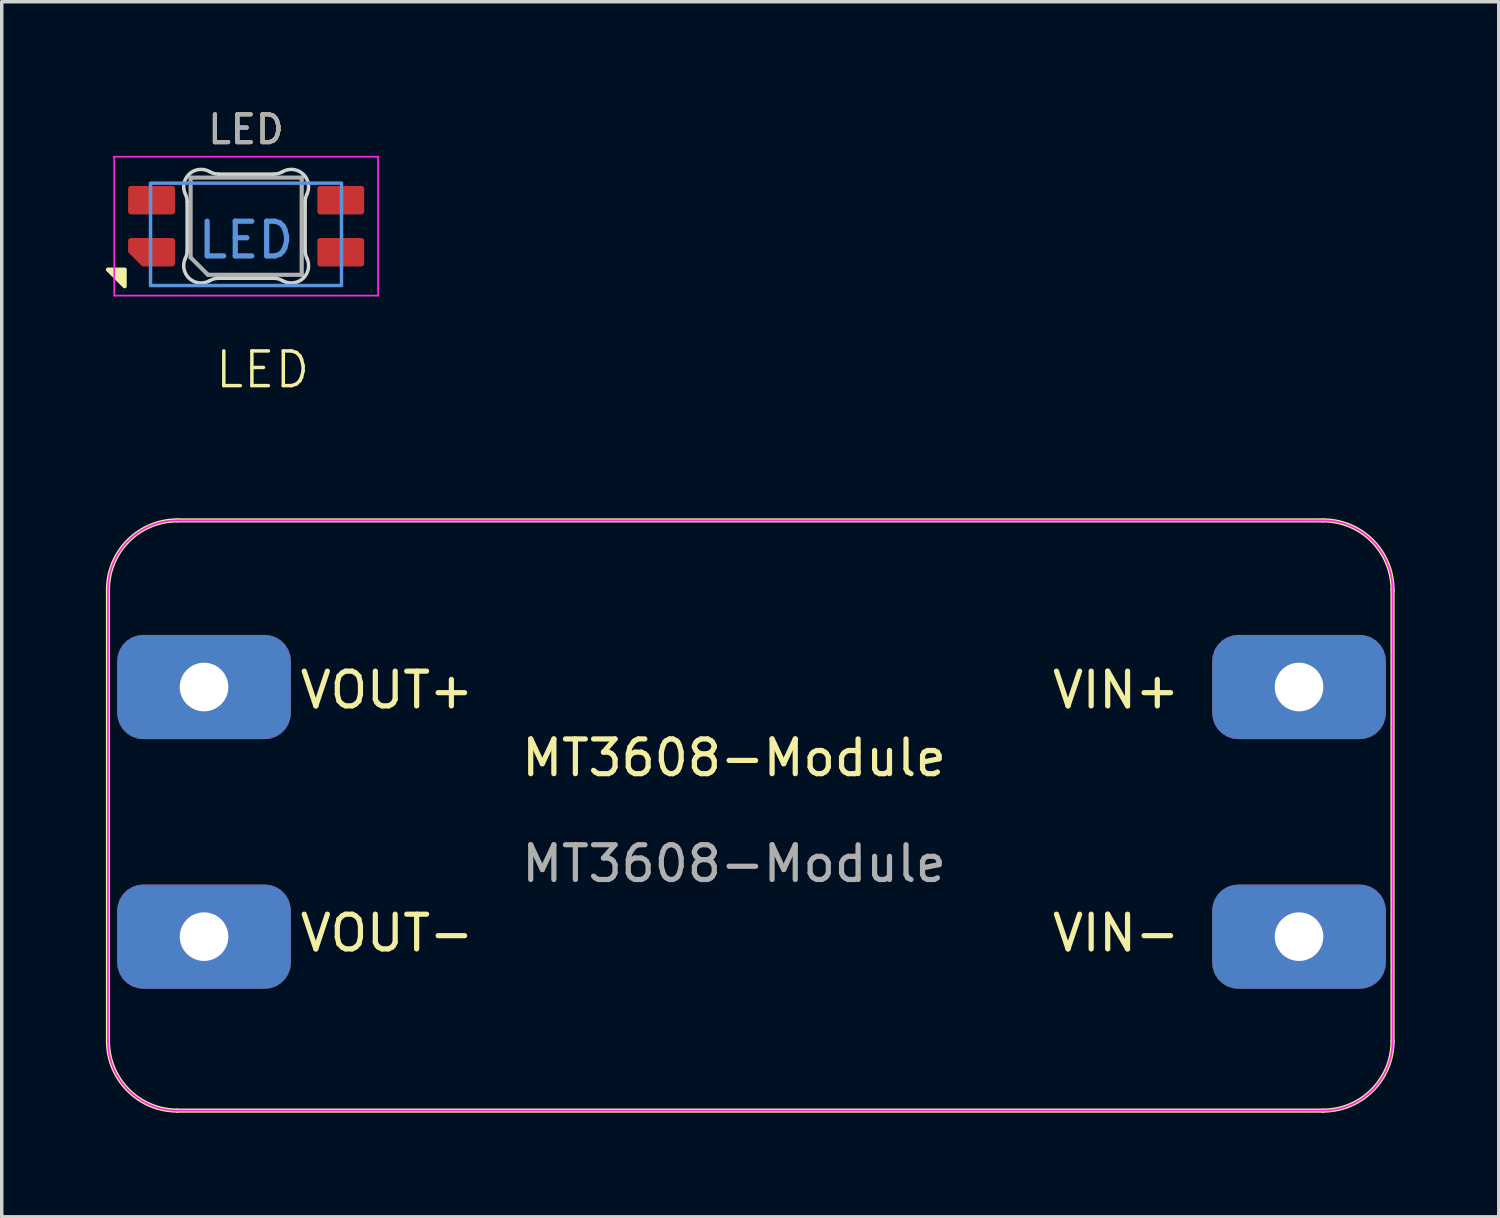
<source format=kicad_pcb>
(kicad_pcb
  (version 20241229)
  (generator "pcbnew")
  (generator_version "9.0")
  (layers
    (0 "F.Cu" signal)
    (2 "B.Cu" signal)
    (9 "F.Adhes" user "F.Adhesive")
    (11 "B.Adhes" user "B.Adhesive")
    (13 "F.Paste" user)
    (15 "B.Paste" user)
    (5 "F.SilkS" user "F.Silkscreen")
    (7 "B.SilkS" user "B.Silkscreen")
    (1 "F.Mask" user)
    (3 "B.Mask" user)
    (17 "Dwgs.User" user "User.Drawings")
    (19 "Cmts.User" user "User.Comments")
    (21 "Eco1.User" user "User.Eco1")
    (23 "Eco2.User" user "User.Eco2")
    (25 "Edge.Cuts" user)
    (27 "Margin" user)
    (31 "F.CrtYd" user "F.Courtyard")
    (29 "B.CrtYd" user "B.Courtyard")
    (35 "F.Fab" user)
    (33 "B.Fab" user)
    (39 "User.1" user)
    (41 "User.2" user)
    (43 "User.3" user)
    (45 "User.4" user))
  (footprint "MT3608-Module"
    (layer "F.Cu")
    (at 18.094 20.827)
    (property "Reference" "MT3608-Module" (at 0 -2.048 0) (unlocked yes) (layer "F.SilkS") (effects (font (size 1 1) (thickness 0.15))))
    (attr smd)
    (fp_line (start -18.034 -6.888) (end -18.034 6.112) (stroke (width 0.12) (type solid)) (layer "F.SilkS"))
    (fp_line (start -16.034 8.112) (end 16.966 8.112) (stroke (width 0.12) (type solid)) (layer "F.SilkS"))
    (fp_line (start 16.966 -8.888) (end -16.034 -8.888) (stroke (width 0.12) (type solid)) (layer "F.SilkS"))
    (fp_line (start 18.966 6.112) (end 18.966 -6.888) (stroke (width 0.12) (type solid)) (layer "F.SilkS"))
    (fp_arc (start -18.034 -6.888) (mid -17.448214 -8.302214) (end -16.034 -8.888) (stroke (width 0.12) (type solid)) (layer "F.SilkS"))
    (fp_arc (start -16.034 8.112) (mid -17.448214 7.526214) (end -18.034 6.112) (stroke (width 0.12) (type solid)) (layer "F.SilkS"))
    (fp_arc (start 16.966 -8.888) (mid 18.380214 -8.302214) (end 18.966 -6.888) (stroke (width 0.12) (type solid)) (layer "F.SilkS"))
    (fp_arc (start 18.966 6.112) (mid 18.380214 7.526214) (end 16.966 8.112) (stroke (width 0.12) (type solid)) (layer "F.SilkS"))
    (fp_line (start -18.034 6.112) (end -18.034 -6.888) (stroke (width 0.05) (type solid)) (layer "F.CrtYd"))
    (fp_line (start -16.034 -8.888) (end 16.966 -8.888) (stroke (width 0.05) (type solid)) (layer "F.CrtYd"))
    (fp_line (start 16.966 8.112) (end -16.034 8.112) (stroke (width 0.05) (type solid)) (layer "F.CrtYd"))
    (fp_line (start 18.966 -6.888) (end 18.966 6.112) (stroke (width 0.05) (type solid)) (layer "F.CrtYd"))
    (fp_arc (start -18.034 -6.888) (mid -17.448214 -8.302214) (end -16.034 -8.888) (stroke (width 0.05) (type solid)) (layer "F.CrtYd"))
    (fp_arc (start -16.034 8.112) (mid -17.448214 7.526214) (end -18.034 6.112) (stroke (width 0.05) (type solid)) (layer "F.CrtYd"))
    (fp_arc (start 16.966 -8.888) (mid 18.380214 -8.302214) (end 18.966 -6.888) (stroke (width 0.05) (type solid)) (layer "F.CrtYd"))
    (fp_arc (start 18.966 6.112) (mid 18.380214 7.526214) (end 16.966 8.112) (stroke (width 0.05) (type solid)) (layer "F.CrtYd"))
    (fp_text user "VIN+" (at 11 -4 0) (unlocked yes) (layer "F.SilkS") (effects (font (size 1 1) (thickness 0.15))))
    (fp_text user "VOUT-" (at -10 3 0) (unlocked yes) (layer "F.SilkS") (effects (font (size 1 1) (thickness 0.15))))
    (fp_text user "VIN-" (at 11 3 0) (unlocked yes) (layer "F.SilkS") (effects (font (size 1 1) (thickness 0.15))))
    (fp_text user "VOUT+" (at -10 -4 0) (unlocked yes) (layer "F.SilkS") (effects (font (size 1 1) (thickness 0.15))))
    (fp_text user "${REFERENCE}" (at 0 1 0) (unlocked yes) (layer "F.Fab") (effects (font (size 1 1) (thickness 0.15))))
    (pad "1" thru_hole roundrect (at 16.273 -4.088) (size 5 3) (drill 1.4) (layers "*.Cu" "*.Mask") (roundrect_rratio 0.25))
    (pad "2" thru_hole roundrect (at 16.273 3.102) (size 5 3) (drill 1.4) (layers "*.Cu" "*.Mask") (roundrect_rratio 0.25))
    (pad "3" thru_hole roundrect (at -15.267 -4.088) (size 5 3) (drill 1.4) (layers "*.Cu" "*.Mask") (roundrect_rratio 0.25))
    (pad "4" thru_hole roundrect (at -15.267 3.102) (size 5 3) (drill 1.4) (layers "*.Cu" "*.Mask") (roundrect_rratio 0.25)))
  (footprint "LED"
    (layer "F.Cu")
    (at 4.036 8.629)
    (property "Reference" "LED" (at 0.479 -1.029 0) (unlocked yes) (layer "F.SilkS") (effects (font (size 1 1) (thickness 0.1))))
    (fp_poly (pts (xy -3.496 -3.914) (xy -3.496 -3.434) (xy -3.976 -3.914) (xy -3.496 -3.914)) (stroke (width 0.12) (type solid)) (fill yes) (layer "F.SilkS"))
    (fp_rect (start -2.75 -6.405) (end 2.75 -3.455) (stroke (width 0.1) (type default)) (fill no) (layer "Cmts.User"))
    (fp_line (start -1.696 -5.867) (end -1.696 -4.461) (stroke (width 0.1) (type solid)) (layer "Edge.Cuts"))
    (fp_line (start -0.791 -3.664) (end 0.798 -3.664) (stroke (width 0.1) (type solid)) (layer "Edge.Cuts"))
    (fp_line (start 0.798 -6.664) (end -0.791 -6.664) (stroke (width 0.1) (type solid)) (layer "Edge.Cuts"))
    (fp_line (start 1.704 -4.461) (end 1.704 -5.867) (stroke (width 0.1) (type solid)) (layer "Edge.Cuts"))
    (fp_arc (start -1.745595 -6.08361) (mid -1.708638 -5.977958) (end -1.69611 -5.866733) (stroke (width 0.1) (type solid)) (layer "Edge.Cuts"))
    (fp_arc (start -1.745595 -6.08361) (mid -1.634182 -6.667924) (end -1.042822 -6.732188) (stroke (width 0.1) (type solid)) (layer "Edge.Cuts"))
    (fp_arc (start -1.69611 -4.461048) (mid -1.708638 -4.349822) (end -1.745595 -4.24417) (stroke (width 0.1) (type solid)) (layer "Edge.Cuts"))
    (fp_arc (start -1.042822 -3.595591) (mid -1.634183 -3.659855) (end -1.745595 -4.244171) (stroke (width 0.1) (type solid)) (layer "Edge.Cuts"))
    (fp_arc (start -1.042822 -3.595591) (mid -0.921234 -3.646513) (end -0.790563 -3.66389) (stroke (width 0.1) (type solid)) (layer "Edge.Cuts"))
    (fp_arc (start -0.790564 -6.663889) (mid -0.921234 -6.681266) (end -1.042822 -6.732188) (stroke (width 0.1) (type solid)) (layer "Edge.Cuts"))
    (fp_arc (start 0.798341 -3.66389) (mid 0.929011 -3.646513) (end 1.050599 -3.595591) (stroke (width 0.1) (type solid)) (layer "Edge.Cuts"))
    (fp_arc (start 1.0506 -6.732189) (mid 0.929012 -6.681267) (end 0.798342 -6.66389) (stroke (width 0.1) (type solid)) (layer "Edge.Cuts"))
    (fp_arc (start 1.0506 -6.732189) (mid 1.64196 -6.667925) (end 1.753373 -6.08361) (stroke (width 0.1) (type solid)) (layer "Edge.Cuts"))
    (fp_arc (start 1.703888 -5.866732) (mid 1.716416 -5.977958) (end 1.753373 -6.08361) (stroke (width 0.1) (type solid)) (layer "Edge.Cuts"))
    (fp_arc (start 1.753373 -4.24417) (mid 1.641959 -3.659856) (end 1.0506 -3.595593) (stroke (width 0.1) (type solid)) (layer "Edge.Cuts"))
    (fp_arc (start 1.753373 -4.24417) (mid 1.716416 -4.349822) (end 1.703888 -4.461047) (stroke (width 0.1) (type solid)) (layer "Edge.Cuts"))
    (fp_line (start -3.796 -7.164) (end 3.804 -7.164) (stroke (width 0.05) (type solid)) (layer "F.CrtYd"))
    (fp_line (start -3.796 -3.164) (end -3.796 -7.164) (stroke (width 0.05) (type solid)) (layer "F.CrtYd"))
    (fp_line (start 3.804 -7.164) (end 3.804 -3.164) (stroke (width 0.05) (type solid)) (layer "F.CrtYd"))
    (fp_line (start 3.804 -3.164) (end -3.796 -3.164) (stroke (width 0.05) (type solid)) (layer "F.CrtYd"))
    (fp_line (start -1.596 -6.564) (end 1.604 -6.564) (stroke (width 0.12) (type solid)) (layer "F.Fab"))
    (fp_line (start -1.596 -4.264) (end -1.596 -6.564) (stroke (width 0.12) (type solid)) (layer "F.Fab"))
    (fp_line (start -1.596 -4.264) (end -1.096 -3.764) (stroke (width 0.12) (type solid)) (layer "F.Fab"))
    (fp_line (start 1.604 -6.564) (end 1.604 -3.764) (stroke (width 0.12) (type solid)) (layer "F.Fab"))
    (fp_line (start 1.604 -3.764) (end -1.096 -3.764) (stroke (width 0.12) (type solid)) (layer "F.Fab"))
    (fp_text user "${REFERENCE}" (at 0 -7.95 0) (layer "F.SilkS") (effects (font (size 0.8 0.8) (thickness 0.12))))
    (fp_text user "LED" (at 0 -4.763 0) (unlocked yes) (layer "Cmts.User") (effects (font (size 1 1) (thickness 0.15))))
    (fp_text user "${REFERENCE}" (at 0 -7.95 0) (layer "F.Fab") (effects (font (size 0.8 0.8) (thickness 0.12))))
    (pad "1" smd roundrect (at 2.729 -5.914 90) (size 0.82 1.35) (layers "F.Cu" "F.Mask" "F.Paste") (roundrect_rratio 0.1))
    (pad "2" smd roundrect (at 2.729 -4.414 90) (size 0.82 1.35) (layers "F.Cu" "F.Mask" "F.Paste") (roundrect_rratio 0.1))
    (pad "3" smd roundrect (at -2.721 -5.914 90) (size 0.82 1.35) (layers "F.Cu" "F.Mask" "F.Paste") (roundrect_rratio 0.1))
    (pad "4" smd roundrect (at -2.721 -4.414 90) (size 0.82 1.35) (layers "F.Cu" "F.Mask" "F.Paste") (roundrect_rratio 0.1) (chamfer_ratio 0.5) (chamfer top_left)))
  (gr_rect
    (start -3 -3)
    (end 40.12 31.999)
    (stroke (width 0.1) (type default))
    (fill no)
    (layer "Edge.Cuts")))
</source>
